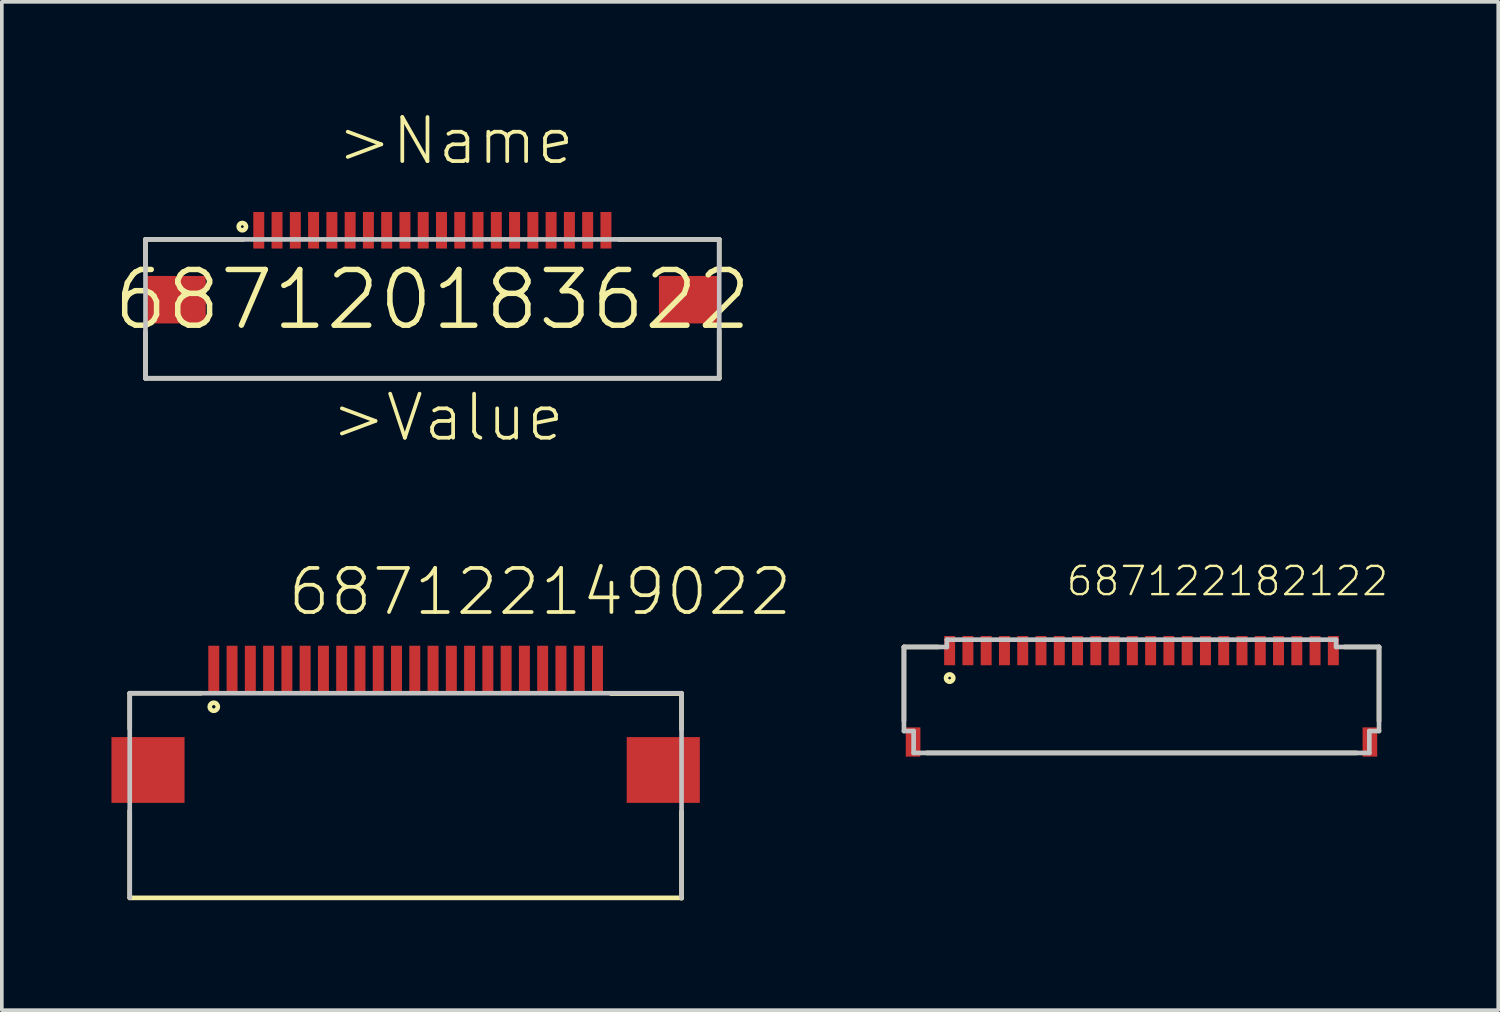
<source format=kicad_pcb>
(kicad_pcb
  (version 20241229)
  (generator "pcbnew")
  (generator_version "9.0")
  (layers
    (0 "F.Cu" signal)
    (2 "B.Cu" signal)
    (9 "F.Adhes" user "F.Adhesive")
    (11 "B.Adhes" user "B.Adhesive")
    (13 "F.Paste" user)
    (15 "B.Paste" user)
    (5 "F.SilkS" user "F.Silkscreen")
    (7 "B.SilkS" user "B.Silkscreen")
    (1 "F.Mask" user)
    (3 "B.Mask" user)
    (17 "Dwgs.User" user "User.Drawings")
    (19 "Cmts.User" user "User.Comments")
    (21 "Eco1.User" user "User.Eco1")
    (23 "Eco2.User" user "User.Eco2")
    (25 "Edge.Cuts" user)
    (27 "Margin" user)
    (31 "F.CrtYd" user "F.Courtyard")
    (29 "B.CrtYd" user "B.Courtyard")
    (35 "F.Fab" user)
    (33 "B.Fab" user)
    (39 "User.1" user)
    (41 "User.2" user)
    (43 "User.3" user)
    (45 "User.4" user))
  (footprint "687122149022"
    (layer "F.Cu")
    (at 8.05 15.27)
    (property "Reference" "687122149022" (at -3.28 -1.42 0) (layer "F.SilkS") (effects (font (size 1.206 1.206) (thickness 0.102)) (justify left bottom)))
    (attr through_hole)
    (fp_line (start -7.55 0.65) (end -7.55 1.62) (stroke (width 0.127) (type solid)) (layer "F.SilkS"))
    (fp_line (start -7.55 3.87) (end -7.55 6.24) (stroke (width 0.127) (type solid)) (layer "F.SilkS"))
    (fp_line (start -5.6 0.65) (end -7.55 0.65) (stroke (width 0.127) (type solid)) (layer "F.SilkS"))
    (fp_line (start 5.62 0.66) (end 7.55 0.66) (stroke (width 0.127) (type solid)) (layer "F.SilkS"))
    (fp_line (start 7.55 0.66) (end 7.55 1.65) (stroke (width 0.127) (type solid)) (layer "F.SilkS"))
    (fp_line (start 7.55 3.88) (end 7.55 6.26) (stroke (width 0.127) (type solid)) (layer "F.SilkS"))
    (fp_line (start 7.55 6.25) (end -7.55 6.25) (stroke (width 0.127) (type solid)) (layer "F.SilkS"))
    (fp_circle (center -5.25 1.02) (end -5.14 1.02) (stroke (width 0.127) (type solid)) (fill no) (layer "F.SilkS"))
    (fp_line (start -7.55 0.65) (end 7.55 0.65) (stroke (width 0.127) (type solid)) (layer "Dwgs.User"))
    (fp_line (start -7.55 6.25) (end -7.55 0.65) (stroke (width 0.127) (type solid)) (layer "Dwgs.User"))
    (fp_line (start 7.55 0.65) (end 7.55 6.25) (stroke (width 0.127) (type solid)) (layer "Dwgs.User"))
    (pad "1" smd rect (at -5.25 0) (size 0.3 1.3) (layers "F.Cu" "F.Mask" "F.Paste"))
    (pad "2" smd rect (at -4.75 0) (size 0.3 1.3) (layers "F.Cu" "F.Mask" "F.Paste"))
    (pad "3" smd rect (at -4.25 0) (size 0.3 1.3) (layers "F.Cu" "F.Mask" "F.Paste"))
    (pad "4" smd rect (at -3.75 0) (size 0.3 1.3) (layers "F.Cu" "F.Mask" "F.Paste"))
    (pad "5" smd rect (at -3.25 0) (size 0.3 1.3) (layers "F.Cu" "F.Mask" "F.Paste"))
    (pad "6" smd rect (at -2.75 0) (size 0.3 1.3) (layers "F.Cu" "F.Mask" "F.Paste"))
    (pad "7" smd rect (at -2.25 0) (size 0.3 1.3) (layers "F.Cu" "F.Mask" "F.Paste"))
    (pad "8" smd rect (at -1.75 0) (size 0.3 1.3) (layers "F.Cu" "F.Mask" "F.Paste"))
    (pad "9" smd rect (at -1.25 0) (size 0.3 1.3) (layers "F.Cu" "F.Mask" "F.Paste"))
    (pad "10" smd rect (at -0.75 0) (size 0.3 1.3) (layers "F.Cu" "F.Mask" "F.Paste"))
    (pad "11" smd rect (at -0.25 0) (size 0.3 1.3) (layers "F.Cu" "F.Mask" "F.Paste"))
    (pad "12" smd rect (at 0.25 0) (size 0.3 1.3) (layers "F.Cu" "F.Mask" "F.Paste"))
    (pad "13" smd rect (at 0.75 0) (size 0.3 1.3) (layers "F.Cu" "F.Mask" "F.Paste"))
    (pad "14" smd rect (at 1.25 0) (size 0.3 1.3) (layers "F.Cu" "F.Mask" "F.Paste"))
    (pad "15" smd rect (at 1.75 0) (size 0.3 1.3) (layers "F.Cu" "F.Mask" "F.Paste"))
    (pad "16" smd rect (at 2.25 0) (size 0.3 1.3) (layers "F.Cu" "F.Mask" "F.Paste"))
    (pad "17" smd rect (at 2.75 0) (size 0.3 1.3) (layers "F.Cu" "F.Mask" "F.Paste"))
    (pad "18" smd rect (at 3.25 0) (size 0.3 1.3) (layers "F.Cu" "F.Mask" "F.Paste"))
    (pad "19" smd rect (at 3.75 0) (size 0.3 1.3) (layers "F.Cu" "F.Mask" "F.Paste"))
    (pad "20" smd rect (at 4.25 0) (size 0.3 1.3) (layers "F.Cu" "F.Mask" "F.Paste"))
    (pad "21" smd rect (at 4.75 0) (size 0.3 1.3) (layers "F.Cu" "F.Mask" "F.Paste"))
    (pad "22" smd rect (at 5.25 0) (size 0.3 1.3) (layers "F.Cu" "F.Mask" "F.Paste"))
    (pad "Z1" smd rect (at -7.05 2.75) (size 2 1.8) (layers "F.Cu" "F.Mask" "F.Paste"))
    (pad "Z2" smd rect (at 7.05 2.75) (size 2 1.8) (layers "F.Cu" "F.Mask" "F.Paste")))
  (footprint "687120183622"
    (layer "F.Cu")
    (at 8.781 5.151)
    (property "Reference" "687120183622" (at 0 0 0) (layer "F.SilkS") (effects (font (size 1.524 1.524) (thickness 0.15))))
    (attr through_hole)
    (fp_line (start -7.85 -1.65) (end -7.85 -0.86) (stroke (width 0.127) (type solid)) (layer "F.SilkS"))
    (fp_line (start -7.85 0.89) (end -7.85 2.15) (stroke (width 0.127) (type solid)) (layer "F.SilkS"))
    (fp_line (start -7.85 2.15) (end 7.85 2.15) (stroke (width 0.127) (type solid)) (layer "F.SilkS"))
    (fp_line (start -5.17 -1.65) (end -7.85 -1.65) (stroke (width 0.127) (type solid)) (layer "F.SilkS"))
    (fp_line (start 5.11 -1.65) (end 7.85 -1.65) (stroke (width 0.127) (type solid)) (layer "F.SilkS"))
    (fp_line (start 7.85 -1.65) (end 7.85 -0.88) (stroke (width 0.127) (type solid)) (layer "F.SilkS"))
    (fp_line (start 7.85 2.15) (end 7.85 0.84) (stroke (width 0.127) (type solid)) (layer "F.SilkS"))
    (fp_circle (center -5.2 -2) (end -5.1 -2) (stroke (width 0.127) (type solid)) (fill no) (layer "F.SilkS"))
    (fp_line (start -7.85 -1.65) (end 7.85 -1.65) (stroke (width 0.127) (type solid)) (layer "Dwgs.User"))
    (fp_line (start -7.85 2.15) (end -7.85 -1.65) (stroke (width 0.127) (type solid)) (layer "Dwgs.User"))
    (fp_line (start 7.85 -1.65) (end 7.85 2.15) (stroke (width 0.127) (type solid)) (layer "Dwgs.User"))
    (fp_line (start 7.85 2.15) (end -7.85 2.15) (stroke (width 0.127) (type solid)) (layer "Dwgs.User"))
    (fp_text user ">Name" (at -2.67 -3.64 0) (layer "F.SilkS") (effects (font (size 1.206 1.206) (thickness 0.102)) (justify left bottom)))
    (fp_text user ">Value" (at -2.83 3.93 0) (layer "F.SilkS") (effects (font (size 1.206 1.206) (thickness 0.102)) (justify left bottom)))
    (pad "1" smd rect (at -4.75 -1.9 90) (size 1 0.3) (layers "F.Cu" "F.Mask" "F.Paste"))
    (pad "2" smd rect (at -4.25 -1.9 90) (size 1 0.3) (layers "F.Cu" "F.Mask" "F.Paste"))
    (pad "3" smd rect (at -3.75 -1.9 90) (size 1 0.3) (layers "F.Cu" "F.Mask" "F.Paste"))
    (pad "4" smd rect (at -3.25 -1.9 90) (size 1 0.3) (layers "F.Cu" "F.Mask" "F.Paste"))
    (pad "5" smd rect (at -2.75 -1.9 90) (size 1 0.3) (layers "F.Cu" "F.Mask" "F.Paste"))
    (pad "6" smd rect (at -2.25 -1.9 90) (size 1 0.3) (layers "F.Cu" "F.Mask" "F.Paste"))
    (pad "7" smd rect (at -1.75 -1.9 90) (size 1 0.3) (layers "F.Cu" "F.Mask" "F.Paste"))
    (pad "8" smd rect (at -1.25 -1.9 90) (size 1 0.3) (layers "F.Cu" "F.Mask" "F.Paste"))
    (pad "9" smd rect (at -0.75 -1.9 90) (size 1 0.3) (layers "F.Cu" "F.Mask" "F.Paste"))
    (pad "10" smd rect (at -0.25 -1.9 90) (size 1 0.3) (layers "F.Cu" "F.Mask" "F.Paste"))
    (pad "11" smd rect (at 0.25 -1.9 90) (size 1 0.3) (layers "F.Cu" "F.Mask" "F.Paste"))
    (pad "12" smd rect (at 0.75 -1.9 90) (size 1 0.3) (layers "F.Cu" "F.Mask" "F.Paste"))
    (pad "13" smd rect (at 1.25 -1.9 90) (size 1 0.3) (layers "F.Cu" "F.Mask" "F.Paste"))
    (pad "14" smd rect (at 1.75 -1.9 90) (size 1 0.3) (layers "F.Cu" "F.Mask" "F.Paste"))
    (pad "15" smd rect (at 2.25 -1.9 90) (size 1 0.3) (layers "F.Cu" "F.Mask" "F.Paste"))
    (pad "16" smd rect (at 2.75 -1.9 90) (size 1 0.3) (layers "F.Cu" "F.Mask" "F.Paste"))
    (pad "17" smd rect (at 3.25 -1.9 90) (size 1 0.3) (layers "F.Cu" "F.Mask" "F.Paste"))
    (pad "18" smd rect (at 3.75 -1.9 90) (size 1 0.3) (layers "F.Cu" "F.Mask" "F.Paste"))
    (pad "19" smd rect (at 4.25 -1.9 90) (size 1 0.3) (layers "F.Cu" "F.Mask" "F.Paste"))
    (pad "20" smd rect (at 4.75 -1.9 90) (size 1 0.3) (layers "F.Cu" "F.Mask" "F.Paste"))
    (pad "Z1" smd rect (at -7.025 0) (size 1.65 1.3) (layers "F.Cu" "F.Mask" "F.Paste"))
    (pad "Z2" smd rect (at 7.025 0) (size 1.65 1.3) (layers "F.Cu" "F.Mask" "F.Paste")))
  (footprint "687122182122"
    (layer "F.Cu")
    (at 28.186 16.004)
    (property "Reference" "687122182122" (at -2.103 -2.699 0) (layer "F.SilkS") (effects (font (size 0.772 0.772) (thickness 0.065)) (justify left bottom)))
    (attr through_hole)
    (fp_line (start -6.5 -1.35) (end -6.5 0.67) (stroke (width 0.127) (type solid)) (layer "F.SilkS"))
    (fp_line (start -5.88 1.55) (end 5.88 1.55) (stroke (width 0.127) (type solid)) (layer "F.SilkS"))
    (fp_line (start -5.56 -1.35) (end -6.5 -1.35) (stroke (width 0.127) (type solid)) (layer "F.SilkS"))
    (fp_line (start 6.5 -1.35) (end 5.56 -1.35) (stroke (width 0.127) (type solid)) (layer "F.SilkS"))
    (fp_line (start 6.5 -1.35) (end 6.5 0.68) (stroke (width 0.127) (type solid)) (layer "F.SilkS"))
    (fp_circle (center -5.25 -0.5) (end -5.15 -0.5) (stroke (width 0.127) (type solid)) (fill no) (layer "F.SilkS"))
    (fp_line (start -6.5 -1.35) (end -6.5 0.95) (stroke (width 0.127) (type solid)) (layer "Dwgs.User"))
    (fp_line (start -6.5 -1.35) (end -5.325 -1.35) (stroke (width 0.127) (type solid)) (layer "Dwgs.User"))
    (fp_line (start -6.5 0.95) (end -6.235 0.95) (stroke (width 0.127) (type solid)) (layer "Dwgs.User"))
    (fp_line (start -6.235 1.55) (end -6.235 0.95) (stroke (width 0.127) (type solid)) (layer "Dwgs.User"))
    (fp_line (start -6.235 1.55) (end 6.235 1.55) (stroke (width 0.127) (type solid)) (layer "Dwgs.User"))
    (fp_line (start -5.325 -1.55) (end -5.325 -1.35) (stroke (width 0.127) (type solid)) (layer "Dwgs.User"))
    (fp_line (start -5.325 -1.55) (end 5.325 -1.55) (stroke (width 0.127) (type solid)) (layer "Dwgs.User"))
    (fp_line (start 5.325 -1.55) (end 5.325 -1.35) (stroke (width 0.127) (type solid)) (layer "Dwgs.User"))
    (fp_line (start 5.325 -1.35) (end 6.5 -1.35) (stroke (width 0.127) (type solid)) (layer "Dwgs.User"))
    (fp_line (start 6.235 0.95) (end 6.5 0.95) (stroke (width 0.127) (type solid)) (layer "Dwgs.User"))
    (fp_line (start 6.235 1.55) (end 6.235 0.95) (stroke (width 0.127) (type solid)) (layer "Dwgs.User"))
    (fp_line (start 6.5 -1.35) (end 6.5 0.95) (stroke (width 0.127) (type solid)) (layer "Dwgs.User"))
    (pad "1" smd rect (at -5.25 -1.25 90) (size 0.8 0.3) (layers "F.Cu" "F.Mask" "F.Paste"))
    (pad "2" smd rect (at -4.75 -1.25 90) (size 0.8 0.3) (layers "F.Cu" "F.Mask" "F.Paste"))
    (pad "3" smd rect (at -4.25 -1.25 90) (size 0.8 0.3) (layers "F.Cu" "F.Mask" "F.Paste"))
    (pad "4" smd rect (at -3.75 -1.25 90) (size 0.8 0.3) (layers "F.Cu" "F.Mask" "F.Paste"))
    (pad "5" smd rect (at -3.25 -1.25 90) (size 0.8 0.3) (layers "F.Cu" "F.Mask" "F.Paste"))
    (pad "6" smd rect (at -2.75 -1.25 90) (size 0.8 0.3) (layers "F.Cu" "F.Mask" "F.Paste"))
    (pad "7" smd rect (at -2.25 -1.25 90) (size 0.8 0.3) (layers "F.Cu" "F.Mask" "F.Paste"))
    (pad "8" smd rect (at -1.75 -1.25 90) (size 0.8 0.3) (layers "F.Cu" "F.Mask" "F.Paste"))
    (pad "9" smd rect (at -1.25 -1.25 90) (size 0.8 0.3) (layers "F.Cu" "F.Mask" "F.Paste"))
    (pad "10" smd rect (at -0.75 -1.25 90) (size 0.8 0.3) (layers "F.Cu" "F.Mask" "F.Paste"))
    (pad "11" smd rect (at -0.25 -1.25 90) (size 0.8 0.3) (layers "F.Cu" "F.Mask" "F.Paste"))
    (pad "12" smd rect (at 0.25 -1.25 90) (size 0.8 0.3) (layers "F.Cu" "F.Mask" "F.Paste"))
    (pad "13" smd rect (at 0.75 -1.25 90) (size 0.8 0.3) (layers "F.Cu" "F.Mask" "F.Paste"))
    (pad "14" smd rect (at 1.25 -1.25 90) (size 0.8 0.3) (layers "F.Cu" "F.Mask" "F.Paste"))
    (pad "15" smd rect (at 1.75 -1.25 90) (size 0.8 0.3) (layers "F.Cu" "F.Mask" "F.Paste"))
    (pad "16" smd rect (at 2.25 -1.25 90) (size 0.8 0.3) (layers "F.Cu" "F.Mask" "F.Paste"))
    (pad "17" smd rect (at 2.75 -1.25 90) (size 0.8 0.3) (layers "F.Cu" "F.Mask" "F.Paste"))
    (pad "18" smd rect (at 3.25 -1.25 90) (size 0.8 0.3) (layers "F.Cu" "F.Mask" "F.Paste"))
    (pad "19" smd rect (at 3.75 -1.25 90) (size 0.8 0.3) (layers "F.Cu" "F.Mask" "F.Paste"))
    (pad "20" smd rect (at 4.25 -1.25 90) (size 0.8 0.3) (layers "F.Cu" "F.Mask" "F.Paste"))
    (pad "21" smd rect (at 4.75 -1.25 90) (size 0.8 0.3) (layers "F.Cu" "F.Mask" "F.Paste"))
    (pad "22" smd rect (at 5.25 -1.25 90) (size 0.8 0.3) (layers "F.Cu" "F.Mask" "F.Paste"))
    (pad "Z1" smd rect (at -6.25 1.25 90) (size 0.8 0.4) (layers "F.Cu" "F.Mask" "F.Paste"))
    (pad "Z2" smd rect (at 6.25 1.25 90) (size 0.8 0.4) (layers "F.Cu" "F.Mask" "F.Paste")))
  (gr_rect
    (start -3 -3)
    (end 37.948 24.593)
    (stroke (width 0.1) (type default))
    (fill no)
    (layer "Edge.Cuts")))
</source>
